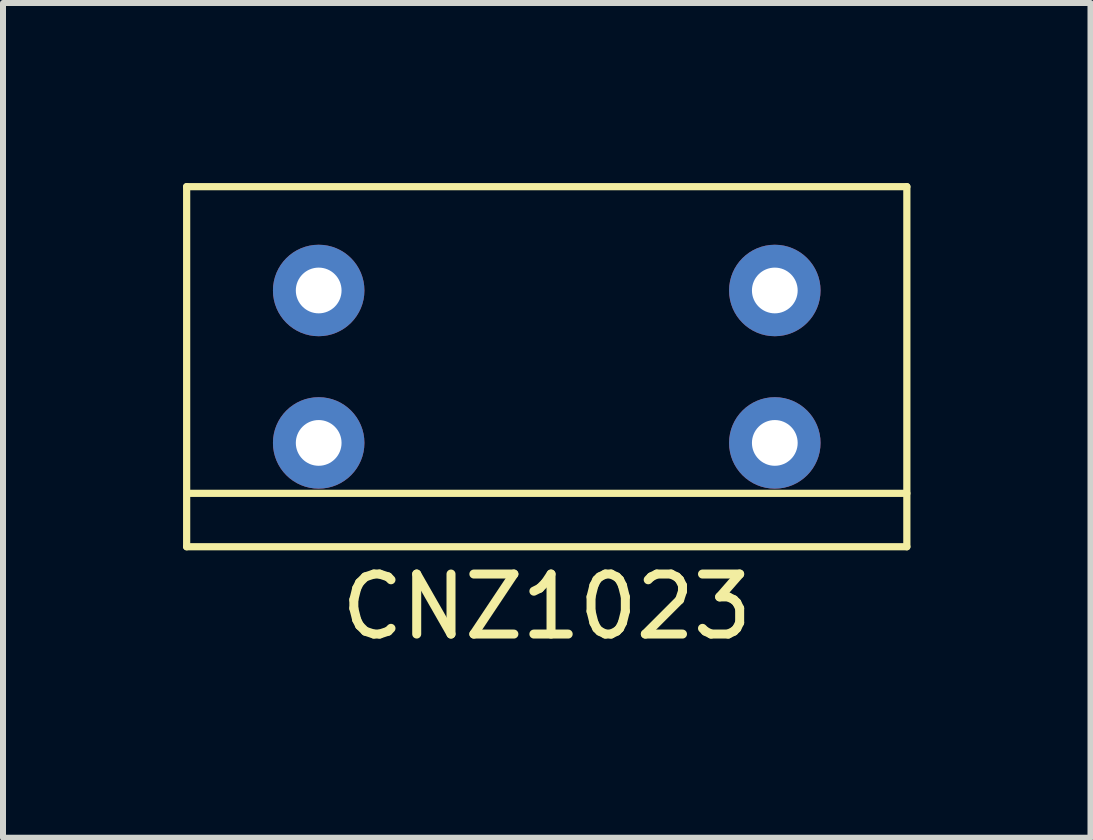
<source format=kicad_pcb>
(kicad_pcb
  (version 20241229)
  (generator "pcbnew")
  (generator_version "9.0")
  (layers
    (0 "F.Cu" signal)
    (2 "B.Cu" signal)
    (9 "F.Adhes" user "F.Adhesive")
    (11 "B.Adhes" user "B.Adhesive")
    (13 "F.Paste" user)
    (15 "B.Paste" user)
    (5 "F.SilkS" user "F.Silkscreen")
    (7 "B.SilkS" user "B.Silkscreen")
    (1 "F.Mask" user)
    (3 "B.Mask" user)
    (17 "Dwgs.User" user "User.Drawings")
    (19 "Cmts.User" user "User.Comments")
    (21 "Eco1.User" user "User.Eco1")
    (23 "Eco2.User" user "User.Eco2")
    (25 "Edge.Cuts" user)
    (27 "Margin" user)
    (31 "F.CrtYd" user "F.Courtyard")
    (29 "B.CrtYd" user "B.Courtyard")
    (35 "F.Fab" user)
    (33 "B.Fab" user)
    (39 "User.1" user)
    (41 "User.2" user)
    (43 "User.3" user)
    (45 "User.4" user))
  (footprint "CNZ1023"
    (layer "F.Cu")
    (at 6.06 3.06)
    (property "Reference" "CNZ1023" (at 0 4 0) (layer "F.SilkS") (effects (font (size 1 1) (thickness 0.15))))
    (attr through_hole)
    (fp_line (start -6 -3) (end 6 -3) (stroke (width 0.12) (type solid)) (layer "F.SilkS"))
    (fp_line (start -6 3) (end -6 -3) (stroke (width 0.12) (type solid)) (layer "F.SilkS"))
    (fp_line (start -5.95 2.11) (end 6 2.11) (stroke (width 0.12) (type solid)) (layer "F.SilkS"))
    (fp_line (start 6 -3) (end 6 3) (stroke (width 0.12) (type solid)) (layer "F.SilkS"))
    (fp_line (start 6 3) (end -6 3) (stroke (width 0.12) (type solid)) (layer "F.SilkS"))
    (pad "1" thru_hole circle (at -3.8 -1.27) (size 1.524 1.524) (drill 0.762) (layers "*.Cu" "*.Mask"))
    (pad "2" thru_hole circle (at -3.8 1.27) (size 1.524 1.524) (drill 0.762) (layers "*.Cu" "*.Mask"))
    (pad "3" thru_hole circle (at 3.8 -1.27) (size 1.524 1.524) (drill 0.762) (layers "*.Cu" "*.Mask"))
    (pad "4" thru_hole circle (at 3.8 1.27) (size 1.524 1.524) (drill 0.762) (layers "*.Cu" "*.Mask")))
  (gr_rect
    (start -3 -3)
    (end 15.12 10.908)
    (stroke (width 0.1) (type default))
    (fill no)
    (layer "Edge.Cuts")))
</source>
